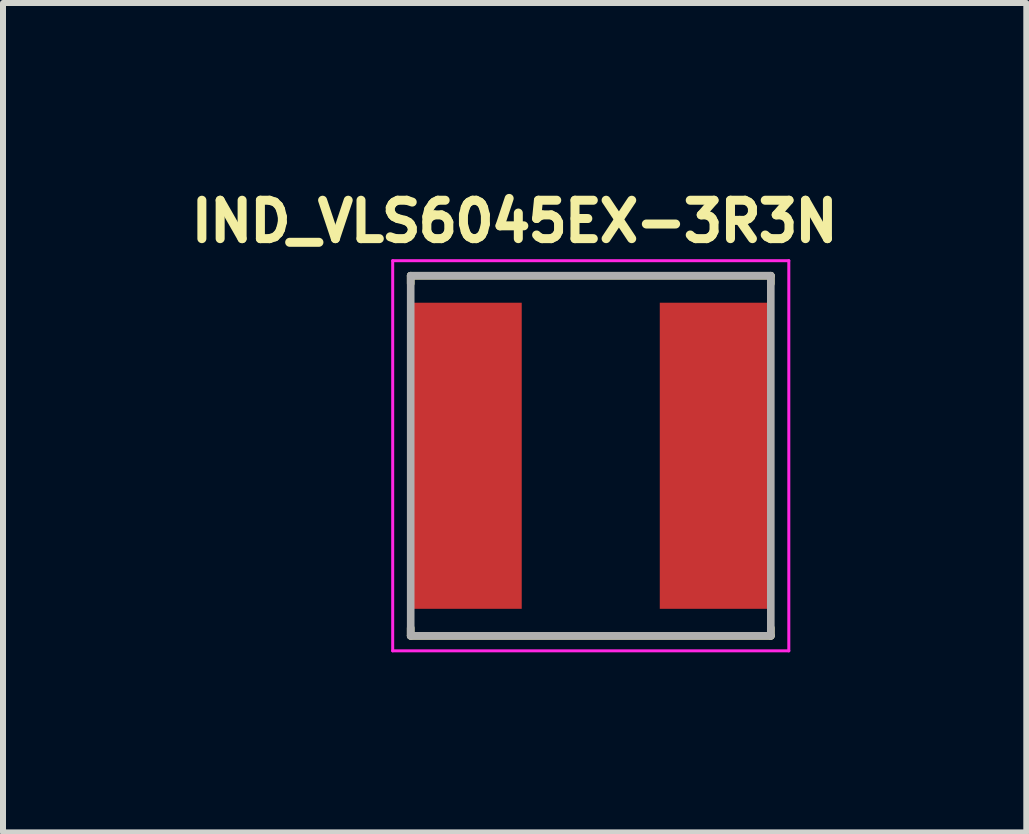
<source format=kicad_pcb>
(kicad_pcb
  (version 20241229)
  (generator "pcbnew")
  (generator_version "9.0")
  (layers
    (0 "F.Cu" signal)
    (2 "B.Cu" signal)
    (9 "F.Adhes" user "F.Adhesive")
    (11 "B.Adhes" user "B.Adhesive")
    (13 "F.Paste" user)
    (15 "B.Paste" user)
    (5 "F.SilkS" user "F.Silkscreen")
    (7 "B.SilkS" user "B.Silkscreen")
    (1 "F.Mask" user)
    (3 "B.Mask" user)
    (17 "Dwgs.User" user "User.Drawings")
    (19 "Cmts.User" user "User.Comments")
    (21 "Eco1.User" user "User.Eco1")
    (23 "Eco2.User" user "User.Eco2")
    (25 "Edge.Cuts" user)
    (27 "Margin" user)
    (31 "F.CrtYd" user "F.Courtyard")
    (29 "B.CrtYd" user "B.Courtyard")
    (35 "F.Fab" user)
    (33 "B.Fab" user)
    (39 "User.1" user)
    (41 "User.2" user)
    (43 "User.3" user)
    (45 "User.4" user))
  (footprint "IND_VLS6045EX-3R3N"
    (layer "F.Cu")
    (at 6.793 4.544)
    (property "Reference" "IND_VLS6045EX-3R3N" (at -1.268 -3.906 0) (layer "F.SilkS") (effects (font (size 0.64 0.64) (thickness 0.15))))
    (attr smd)
    (fp_line (start -3 -3) (end -3 -2.87) (stroke (width 0.127) (type solid)) (layer "F.SilkS"))
    (fp_line (start -3 -3) (end 3 -3) (stroke (width 0.127) (type solid)) (layer "F.SilkS"))
    (fp_line (start -3 3) (end -3 2.87) (stroke (width 0.127) (type solid)) (layer "F.SilkS"))
    (fp_line (start -3 3) (end 3 3) (stroke (width 0.127) (type solid)) (layer "F.SilkS"))
    (fp_line (start 3 -3) (end 3 -2.87) (stroke (width 0.127) (type solid)) (layer "F.SilkS"))
    (fp_line (start 3 3) (end 3 2.87) (stroke (width 0.127) (type solid)) (layer "F.SilkS"))
    (fp_line (start -3.3 -3.25) (end -3.3 3.25) (stroke (width 0.05) (type solid)) (layer "F.CrtYd"))
    (fp_line (start -3.3 3.25) (end 3.3 3.25) (stroke (width 0.05) (type solid)) (layer "F.CrtYd"))
    (fp_line (start 3.3 -3.25) (end -3.3 -3.25) (stroke (width 0.05) (type solid)) (layer "F.CrtYd"))
    (fp_line (start 3.3 3.25) (end 3.3 -3.25) (stroke (width 0.05) (type solid)) (layer "F.CrtYd"))
    (fp_line (start -3 -3) (end -3 3) (stroke (width 0.127) (type solid)) (layer "F.Fab"))
    (fp_line (start -3 -3) (end 3 -3) (stroke (width 0.127) (type solid)) (layer "F.Fab"))
    (fp_line (start -3 3) (end 3 3) (stroke (width 0.127) (type solid)) (layer "F.Fab"))
    (fp_line (start 3 -3) (end 3 3) (stroke (width 0.127) (type solid)) (layer "F.Fab"))
    (pad "1" smd rect (at -2.1 0) (size 1.9 5.1) (layers "F.Cu" "F.Mask" "F.Paste"))
    (pad "2" smd rect (at 2.1 0) (size 1.9 5.1) (layers "F.Cu" "F.Mask" "F.Paste")))
  (gr_rect
    (start -3 -3)
    (end 14.05 10.819)
    (stroke (width 0.1) (type default))
    (fill no)
    (layer "Edge.Cuts")))
</source>
